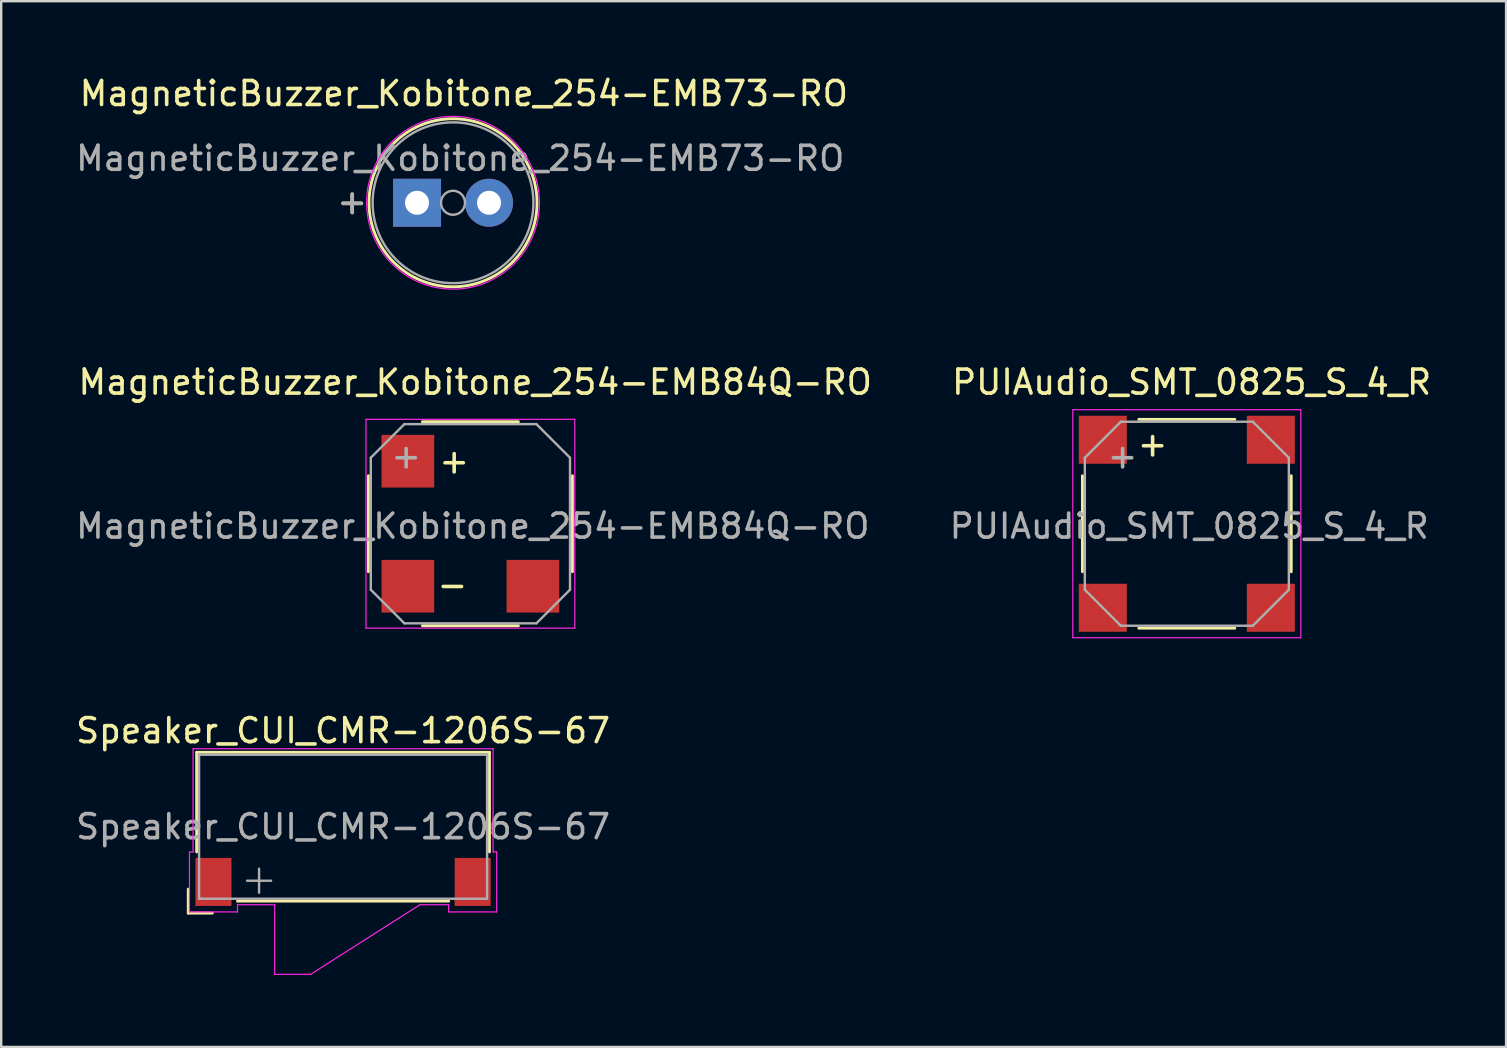
<source format=kicad_pcb>
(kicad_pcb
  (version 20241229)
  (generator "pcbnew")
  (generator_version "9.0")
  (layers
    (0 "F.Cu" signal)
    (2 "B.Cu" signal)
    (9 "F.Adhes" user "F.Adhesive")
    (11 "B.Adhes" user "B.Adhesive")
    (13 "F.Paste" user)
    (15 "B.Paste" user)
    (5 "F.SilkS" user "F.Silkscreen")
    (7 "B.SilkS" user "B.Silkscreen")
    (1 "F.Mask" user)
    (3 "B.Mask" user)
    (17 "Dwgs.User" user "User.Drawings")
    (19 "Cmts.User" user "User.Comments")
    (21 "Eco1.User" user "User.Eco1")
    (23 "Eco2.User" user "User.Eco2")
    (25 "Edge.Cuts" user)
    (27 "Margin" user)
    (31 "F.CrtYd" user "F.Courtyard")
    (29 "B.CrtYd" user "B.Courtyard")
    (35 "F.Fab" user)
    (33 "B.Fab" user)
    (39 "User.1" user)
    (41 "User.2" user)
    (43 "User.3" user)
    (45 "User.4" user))
  (footprint "MagneticBuzzer_Kobitone_254-EMB73-RO"
    (layer "F.Cu")
    (at 14.325 5.398)
    (property "Reference" "MagneticBuzzer_Kobitone_254-EMB73-RO" (at 1.95 -4.55 0) (layer "F.SilkS") (effects (font (size 1 1) (thickness 0.15))))
    (attr through_hole)
    (fp_circle (center 1.5 0) (end 5 0) (stroke (width 0.12) (type solid)) (fill no) (layer "F.SilkS"))
    (fp_circle (center 1.5 0) (end 5.1 0) (stroke (width 0.05) (type solid)) (fill no) (layer "F.CrtYd"))
    (fp_circle (center 1.5 0) (end 2 0) (stroke (width 0.1) (type solid)) (fill no) (layer "F.Fab"))
    (fp_circle (center 1.5 0) (end 4.85 0) (stroke (width 0.1) (type solid)) (fill no) (layer "F.Fab"))
    (fp_text user "+" (at -2.7 -0.05 0) (layer "F.SilkS") (effects (font (size 1 1) (thickness 0.15))))
    (fp_text user "+" (at -2.7 -0.05 0) (layer "F.Fab") (effects (font (size 1 1) (thickness 0.15))))
    (fp_text user "${REFERENCE}" (at 1.8 -1.85 0) (layer "F.Fab") (effects (font (size 1 1) (thickness 0.15))))
    (pad "1" thru_hole rect (at 0 0) (size 2 2) (drill 1) (layers "*.Cu" "*.Mask"))
    (pad "2" thru_hole circle (at 3 0) (size 2 2) (drill 1) (layers "*.Cu" "*.Mask")))
  (footprint "MagneticBuzzer_Kobitone_254-EMB84Q-RO"
    (layer "F.Cu")
    (at 16.549 18.771)
    (property "Reference" "MagneticBuzzer_Kobitone_254-EMB84Q-RO" (at 0.2 -5.9 0) (layer "F.SilkS") (effects (font (size 1 1) (thickness 0.15))))
    (attr smd)
    (fp_line (start -4.25 -2) (end -4.25 2) (stroke (width 0.12) (type solid)) (layer "F.SilkS"))
    (fp_line (start -2 4.25) (end 2 4.25) (stroke (width 0.12) (type solid)) (layer "F.SilkS"))
    (fp_line (start 2 -4.25) (end -2 -4.25) (stroke (width 0.12) (type solid)) (layer "F.SilkS"))
    (fp_line (start 4.25 2) (end 4.25 -2) (stroke (width 0.12) (type solid)) (layer "F.SilkS"))
    (fp_line (start -4.35 -4.35) (end 4.35 -4.35) (stroke (width 0.05) (type solid)) (layer "F.CrtYd"))
    (fp_line (start -4.35 4.35) (end -4.35 -4.35) (stroke (width 0.05) (type solid)) (layer "F.CrtYd"))
    (fp_line (start 4.35 -4.35) (end 4.35 4.35) (stroke (width 0.05) (type solid)) (layer "F.CrtYd"))
    (fp_line (start 4.35 4.35) (end -4.35 4.35) (stroke (width 0.05) (type solid)) (layer "F.CrtYd"))
    (fp_line (start -4.15 -2.75) (end -2.75 -4.15) (stroke (width 0.1) (type solid)) (layer "F.Fab"))
    (fp_line (start -4.15 2.75) (end -4.15 -2.75) (stroke (width 0.1) (type solid)) (layer "F.Fab"))
    (fp_line (start -2.75 -4.15) (end 2.75 -4.15) (stroke (width 0.1) (type solid)) (layer "F.Fab"))
    (fp_line (start -2.75 4.15) (end -4.15 2.75) (stroke (width 0.1) (type solid)) (layer "F.Fab"))
    (fp_line (start 2.75 -4.15) (end 4.15 -2.75) (stroke (width 0.1) (type solid)) (layer "F.Fab"))
    (fp_line (start 2.75 4.15) (end -2.75 4.15) (stroke (width 0.1) (type solid)) (layer "F.Fab"))
    (fp_line (start 4.15 -2.75) (end 4.15 2.75) (stroke (width 0.1) (type solid)) (layer "F.Fab"))
    (fp_line (start 4.15 2.75) (end 2.75 4.15) (stroke (width 0.1) (type solid)) (layer "F.Fab"))
    (fp_text user "+" (at -0.75 -2.54 270) (layer "F.SilkS") (effects (font (size 1 1) (thickness 0.15))))
    (fp_text user "-" (at -0.75 2.54 0) (layer "F.SilkS") (effects (font (size 1 1) (thickness 0.15))))
    (fp_text user "+" (at -2.75 -2.75 270) (layer "F.Fab") (effects (font (size 1 1) (thickness 0.15))))
    (fp_text user "${REFERENCE}" (at 0.1 0.1 0) (layer "F.Fab") (effects (font (size 1 1) (thickness 0.15))))
    (pad "1" smd rect (at -2.605 -2.605 270) (size 2.195 2.195) (layers "F.Cu" "F.Mask" "F.Paste"))
    (pad "2" smd rect (at -2.605 2.605 270) (size 2.195 2.195) (layers "F.Cu" "F.Mask" "F.Paste"))
    (pad "3" smd rect (at 2.605 2.605 270) (size 2.195 2.195) (layers "F.Cu" "F.Mask" "F.Paste")))
  (footprint "PUIAudio_SMT_0825_S_4_R"
    (layer "F.Cu")
    (at 46.499 18.872)
    (property "Reference" "PUIAudio_SMT_0825_S_4_R" (at 0.1 -6 0) (layer "F.SilkS") (effects (font (size 1 1) (thickness 0.15))))
    (attr smd)
    (fp_line (start -4.45 -2.1) (end -4.45 1.9) (stroke (width 0.12) (type solid)) (layer "F.SilkS"))
    (fp_line (start -2.1 4.25) (end 1.9 4.25) (stroke (width 0.12) (type solid)) (layer "F.SilkS"))
    (fp_line (start 1.9 -4.45) (end -2.1 -4.45) (stroke (width 0.12) (type solid)) (layer "F.SilkS"))
    (fp_line (start 4.25 1.9) (end 4.25 -2.1) (stroke (width 0.12) (type solid)) (layer "F.SilkS"))
    (fp_line (start -4.85 -4.85) (end 4.65 -4.85) (stroke (width 0.05) (type solid)) (layer "F.CrtYd"))
    (fp_line (start -4.85 4.65) (end -4.85 -4.85) (stroke (width 0.05) (type solid)) (layer "F.CrtYd"))
    (fp_line (start 4.65 -4.85) (end 4.65 4.65) (stroke (width 0.05) (type solid)) (layer "F.CrtYd"))
    (fp_line (start 4.65 4.65) (end -4.85 4.65) (stroke (width 0.05) (type solid)) (layer "F.CrtYd"))
    (fp_line (start -4.35 -2.85) (end -2.85 -4.35) (stroke (width 0.1) (type solid)) (layer "F.Fab"))
    (fp_line (start -4.35 2.65) (end -4.35 -2.85) (stroke (width 0.1) (type solid)) (layer "F.Fab"))
    (fp_line (start -2.85 -4.35) (end 2.65 -4.35) (stroke (width 0.1) (type solid)) (layer "F.Fab"))
    (fp_line (start -2.85 4.15) (end -4.35 2.65) (stroke (width 0.1) (type solid)) (layer "F.Fab"))
    (fp_line (start 2.65 -4.35) (end 4.15 -2.85) (stroke (width 0.1) (type solid)) (layer "F.Fab"))
    (fp_line (start 2.65 4.15) (end -2.85 4.15) (stroke (width 0.1) (type solid)) (layer "F.Fab"))
    (fp_line (start 4.15 -2.85) (end 4.15 2.65) (stroke (width 0.1) (type solid)) (layer "F.Fab"))
    (fp_line (start 4.15 2.65) (end 2.65 4.15) (stroke (width 0.1) (type solid)) (layer "F.Fab"))
    (fp_text user "+" (at -1.6 -3.35 270) (layer "F.SilkS") (effects (font (size 1 1) (thickness 0.15))))
    (fp_text user "+" (at -2.85 -2.85 270) (layer "F.Fab") (effects (font (size 1 1) (thickness 0.15))))
    (fp_text user "${REFERENCE}" (at 0 0 0) (layer "F.Fab") (effects (font (size 1 1) (thickness 0.15))))
    (pad "1" smd rect (at -3.6 -3.6 270) (size 2 2) (layers "F.Cu" "F.Mask" "F.Paste"))
    (pad "2" smd rect (at -3.6 3.4 270) (size 2 2) (layers "F.Cu" "F.Mask" "F.Paste"))
    (pad "3" smd rect (at 3.4 3.4 270) (size 2 2) (layers "F.Cu" "F.Mask" "F.Paste"))
    (pad "4" smd rect (at 3.4 -3.6 270) (size 2 2) (layers "F.Cu" "F.Mask" "F.Paste")))
  (footprint "Speaker_CUI_CMR-1206S-67"
    (layer "F.Cu")
    (at 11.244 31.395)
    (property "Reference" "Speaker_CUI_CMR-1206S-67" (at 0 -4 0) (layer "F.SilkS") (effects (font (size 1 1) (thickness 0.15))))
    (attr smd)
    (fp_line (start -6.45 2.6) (end -6.45 3.6) (stroke (width 0.12) (type solid)) (layer "F.SilkS"))
    (fp_line (start -6.45 3.6) (end -5.45 3.6) (stroke (width 0.12) (type solid)) (layer "F.SilkS"))
    (fp_line (start -6.1 -3.1) (end 6.1 -3.1) (stroke (width 0.12) (type solid)) (layer "F.SilkS"))
    (fp_line (start -6.1 1.05) (end -6.1 -3.1) (stroke (width 0.12) (type solid)) (layer "F.SilkS"))
    (fp_line (start 4.4 3.1) (end -4.4 3.1) (stroke (width 0.12) (type solid)) (layer "F.SilkS"))
    (fp_line (start 6.1 -3.1) (end 6.1 1.05) (stroke (width 0.12) (type solid)) (layer "F.SilkS"))
    (fp_line (start -6.4 1.05) (end -6.4 3.55) (stroke (width 0.05) (type solid)) (layer "F.CrtYd"))
    (fp_line (start -6.4 3.55) (end -4.4 3.55) (stroke (width 0.05) (type solid)) (layer "F.CrtYd"))
    (fp_line (start -6.25 -3.25) (end 6.25 -3.25) (stroke (width 0.05) (type solid)) (layer "F.CrtYd"))
    (fp_line (start -6.25 1.05) (end -6.4 1.05) (stroke (width 0.05) (type solid)) (layer "F.CrtYd"))
    (fp_line (start -6.25 1.05) (end -6.25 -3.25) (stroke (width 0.05) (type solid)) (layer "F.CrtYd"))
    (fp_line (start -4.4 3.55) (end -4.4 3.25) (stroke (width 0.05) (type solid)) (layer "F.CrtYd"))
    (fp_line (start -2.85 3.25) (end -4.4 3.25) (stroke (width 0.05) (type solid)) (layer "F.CrtYd"))
    (fp_line (start -2.85 3.25) (end -2.85 6.15) (stroke (width 0.05) (type solid)) (layer "F.CrtYd"))
    (fp_line (start -2.85 6.15) (end -1.35 6.15) (stroke (width 0.05) (type solid)) (layer "F.CrtYd"))
    (fp_line (start -1.35 6.15) (end 3.2 3.25) (stroke (width 0.05) (type solid)) (layer "F.CrtYd"))
    (fp_line (start 3.2 3.25) (end 4.4 3.25) (stroke (width 0.05) (type solid)) (layer "F.CrtYd"))
    (fp_line (start 4.4 3.55) (end 4.4 3.25) (stroke (width 0.05) (type solid)) (layer "F.CrtYd"))
    (fp_line (start 6.25 -3.25) (end 6.25 1.05) (stroke (width 0.05) (type solid)) (layer "F.CrtYd"))
    (fp_line (start 6.25 1.05) (end 6.4 1.05) (stroke (width 0.05) (type solid)) (layer "F.CrtYd"))
    (fp_line (start 6.4 1.05) (end 6.4 3.55) (stroke (width 0.05) (type solid)) (layer "F.CrtYd"))
    (fp_line (start 6.4 3.55) (end 4.4 3.55) (stroke (width 0.05) (type solid)) (layer "F.CrtYd"))
    (fp_line (start -6 -3) (end -6 3) (stroke (width 0.1) (type solid)) (layer "F.Fab"))
    (fp_line (start -6 3) (end 6 3) (stroke (width 0.1) (type solid)) (layer "F.Fab"))
    (fp_line (start -4 2.25) (end -3 2.25) (stroke (width 0.1) (type solid)) (layer "F.Fab"))
    (fp_line (start -3.5 2.75) (end -3.5 1.75) (stroke (width 0.1) (type solid)) (layer "F.Fab"))
    (fp_line (start 6 -3) (end -6 -3) (stroke (width 0.1) (type solid)) (layer "F.Fab"))
    (fp_line (start 6 3) (end 6 -3) (stroke (width 0.1) (type solid)) (layer "F.Fab"))
    (fp_text user "${REFERENCE}" (at 0 0 180) (layer "F.Fab") (effects (font (size 1 1) (thickness 0.15))))
    (pad "1" smd rect (at -5.4 2.3 180) (size 1.5 2) (layers "F.Cu" "F.Mask"))
    (pad "2" smd rect (at 5.4 2.3 180) (size 1.5 2) (layers "F.Cu" "F.Mask")))
  (gr_rect
    (start -3 -3)
    (end 59.7 40.57)
    (stroke (width 0.1) (type default))
    (fill no)
    (layer "Edge.Cuts")))
</source>
